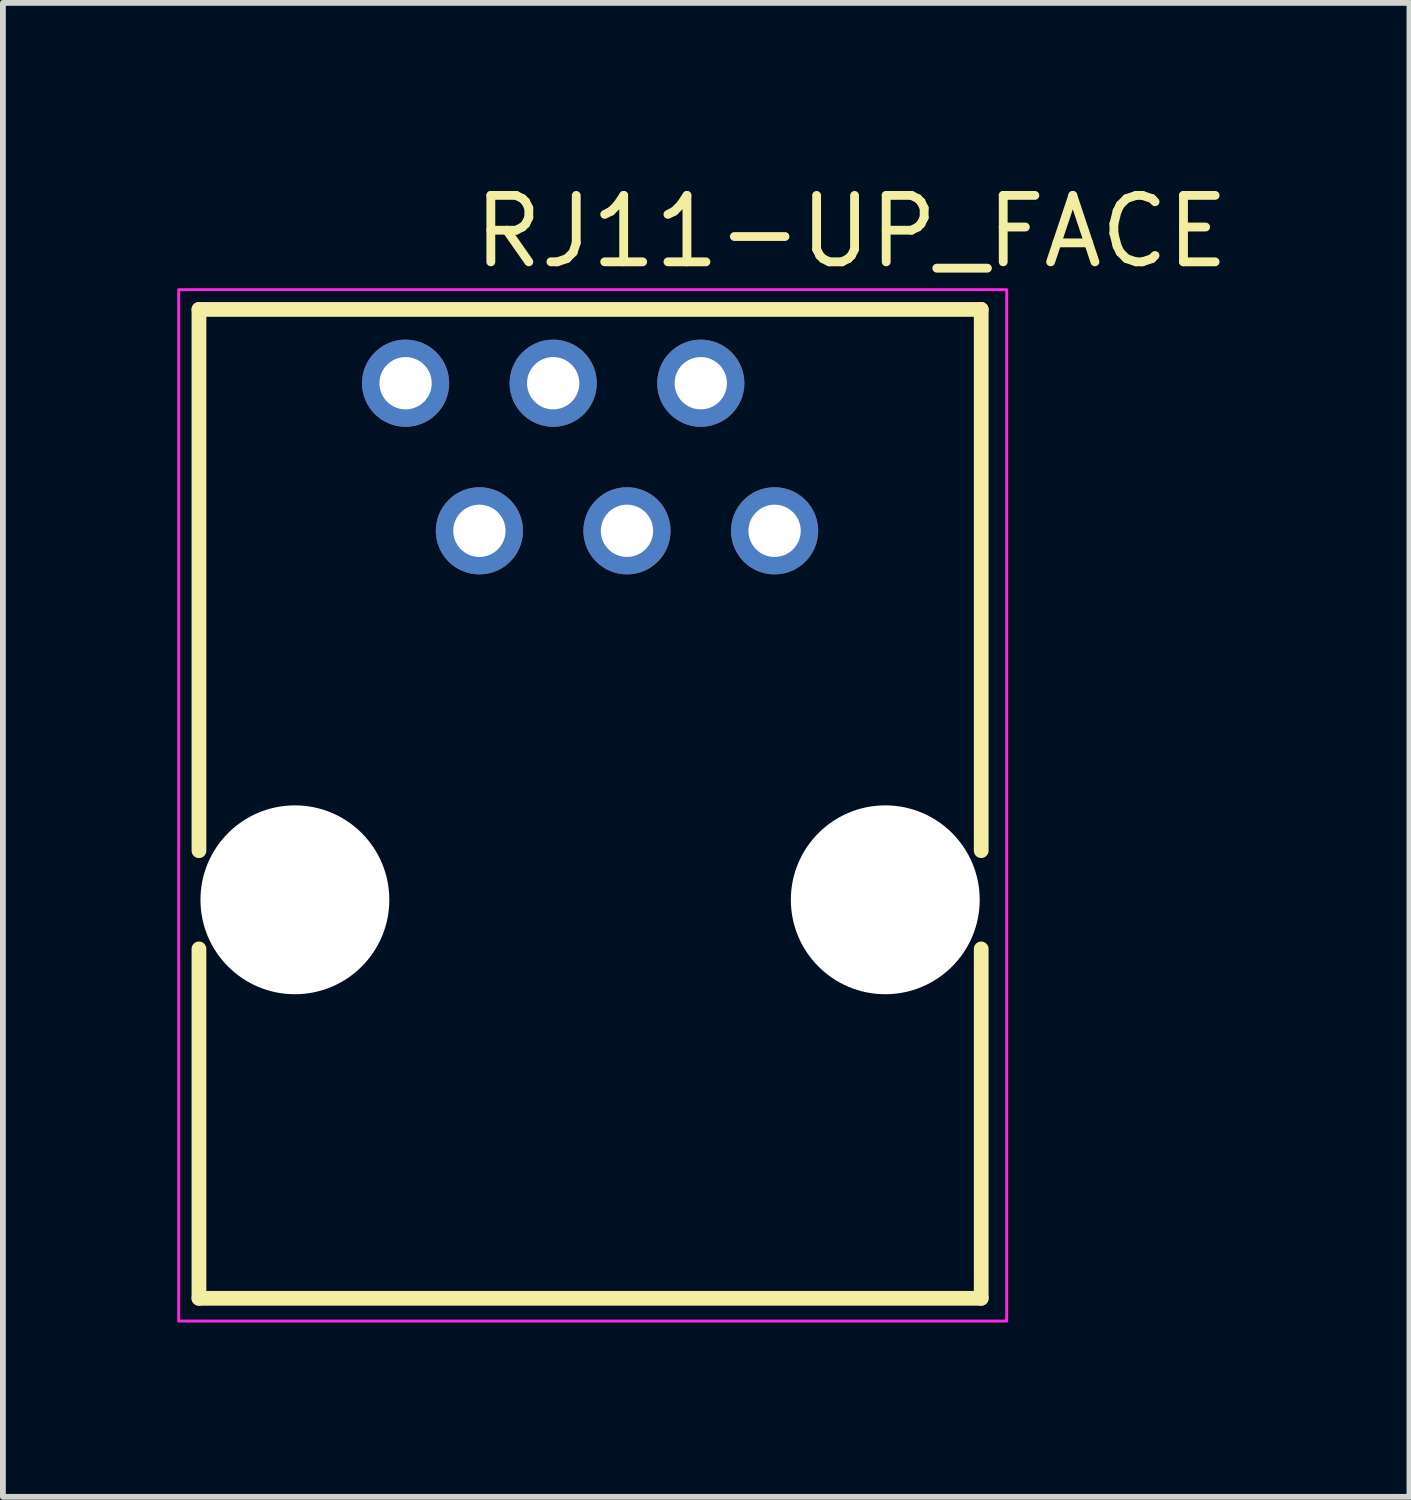
<source format=kicad_pcb>
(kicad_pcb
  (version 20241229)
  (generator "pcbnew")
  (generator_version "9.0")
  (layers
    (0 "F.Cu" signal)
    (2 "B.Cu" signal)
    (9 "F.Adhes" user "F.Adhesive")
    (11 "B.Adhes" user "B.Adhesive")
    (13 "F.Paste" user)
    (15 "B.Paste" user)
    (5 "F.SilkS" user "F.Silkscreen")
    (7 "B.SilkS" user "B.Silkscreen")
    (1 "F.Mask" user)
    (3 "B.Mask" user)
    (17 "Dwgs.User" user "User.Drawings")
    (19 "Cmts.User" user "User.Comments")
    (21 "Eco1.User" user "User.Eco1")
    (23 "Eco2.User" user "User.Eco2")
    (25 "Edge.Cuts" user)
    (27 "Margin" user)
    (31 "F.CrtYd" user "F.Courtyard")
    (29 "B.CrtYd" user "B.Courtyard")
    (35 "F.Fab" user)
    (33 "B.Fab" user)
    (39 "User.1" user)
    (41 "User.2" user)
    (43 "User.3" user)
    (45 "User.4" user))
  (footprint "RJ11-UP_FACE"
    (layer "F.Cu")
    (at 2.025 12.435)
    (property "Reference" "RJ11-UP_FACE" (at 3 -11.5 0) (layer "F.SilkS") (effects (font (size 1.143 1.143) (thickness 0.152)) (justify left)))
    (attr through_hole)
    (fp_line (start -1.651 -10.16) (end 11.811 -10.16) (stroke (width 0.254) (type solid)) (layer "F.SilkS"))
    (fp_line (start -1.651 -0.845) (end -1.651 -10.16) (stroke (width 0.254) (type solid)) (layer "F.SilkS"))
    (fp_line (start -1.651 6.858) (end -1.651 0.845) (stroke (width 0.254) (type solid)) (layer "F.SilkS"))
    (fp_line (start 11.811 -10.16) (end 11.811 -0.846) (stroke (width 0.254) (type solid)) (layer "F.SilkS"))
    (fp_line (start 11.811 0.845) (end 11.811 6.858) (stroke (width 0.254) (type solid)) (layer "F.SilkS"))
    (fp_line (start 11.811 6.858) (end -1.651 6.858) (stroke (width 0.254) (type solid)) (layer "F.SilkS"))
    (fp_rect (start -2 -10.5) (end 12.25 7.25) (stroke (width 0.05) (type default)) (fill no) (layer "F.CrtYd"))
    (pad "" np_thru_hole circle (at 0 0) (size 3.25 3.25) (drill 3.25) (layers "*.Cu" "*.Mask"))
    (pad "" np_thru_hole circle (at 10.16 0) (size 3.25 3.25) (drill 3.25) (layers "*.Cu" "*.Mask"))
    (pad "1" thru_hole circle (at 1.905 -8.89) (size 1.5 1.5) (drill 0.9) (layers "*.Cu" "*.Paste" "*.Mask"))
    (pad "2" thru_hole circle (at 3.175 -6.35) (size 1.5 1.5) (drill 0.9) (layers "*.Cu" "*.Paste" "*.Mask"))
    (pad "3" thru_hole circle (at 4.445 -8.89) (size 1.5 1.5) (drill 0.9) (layers "*.Cu" "*.Paste" "*.Mask"))
    (pad "4" thru_hole circle (at 5.715 -6.35) (size 1.5 1.5) (drill 0.9) (layers "*.Cu" "*.Paste" "*.Mask"))
    (pad "5" thru_hole circle (at 6.985 -8.89) (size 1.5 1.5) (drill 0.9) (layers "*.Cu" "*.Paste" "*.Mask"))
    (pad "6" thru_hole circle (at 8.255 -6.35) (size 1.5 1.5) (drill 0.9) (layers "*.Cu" "*.Paste" "*.Mask")))
  (gr_rect
    (start -3 -3)
    (end 21.206 22.71)
    (stroke (width 0.1) (type default))
    (fill no)
    (layer "Edge.Cuts")))
</source>
